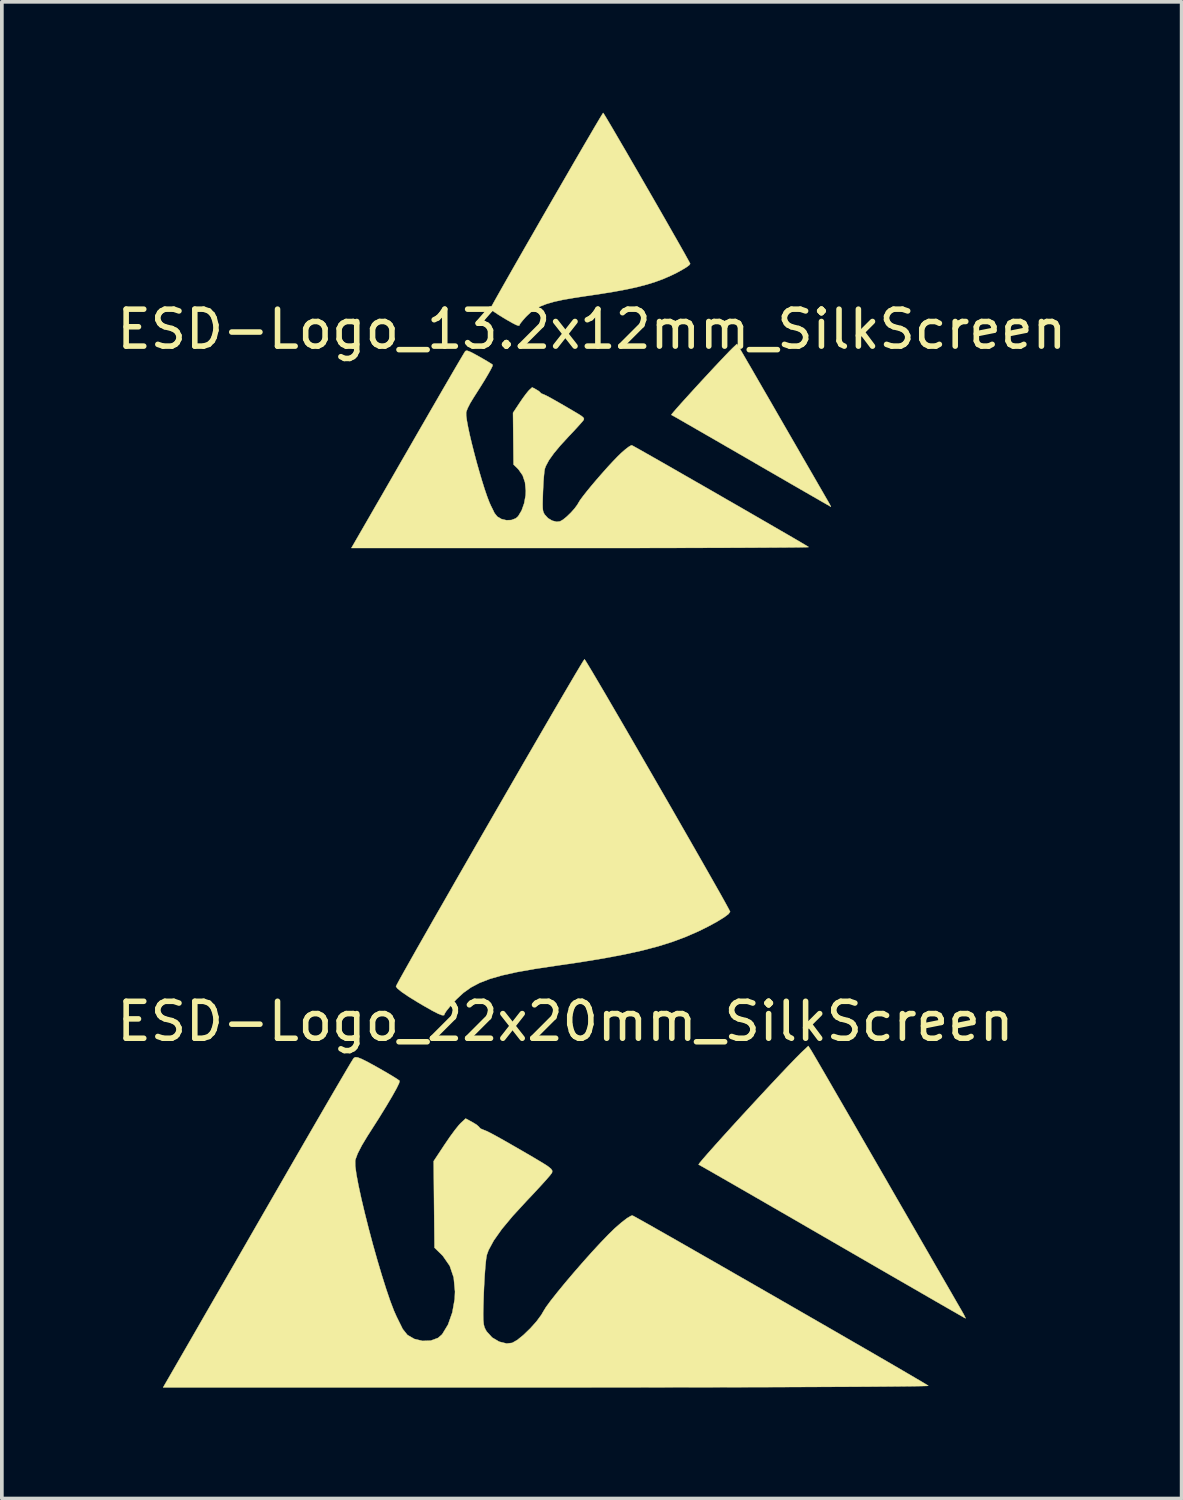
<source format=kicad_pcb>
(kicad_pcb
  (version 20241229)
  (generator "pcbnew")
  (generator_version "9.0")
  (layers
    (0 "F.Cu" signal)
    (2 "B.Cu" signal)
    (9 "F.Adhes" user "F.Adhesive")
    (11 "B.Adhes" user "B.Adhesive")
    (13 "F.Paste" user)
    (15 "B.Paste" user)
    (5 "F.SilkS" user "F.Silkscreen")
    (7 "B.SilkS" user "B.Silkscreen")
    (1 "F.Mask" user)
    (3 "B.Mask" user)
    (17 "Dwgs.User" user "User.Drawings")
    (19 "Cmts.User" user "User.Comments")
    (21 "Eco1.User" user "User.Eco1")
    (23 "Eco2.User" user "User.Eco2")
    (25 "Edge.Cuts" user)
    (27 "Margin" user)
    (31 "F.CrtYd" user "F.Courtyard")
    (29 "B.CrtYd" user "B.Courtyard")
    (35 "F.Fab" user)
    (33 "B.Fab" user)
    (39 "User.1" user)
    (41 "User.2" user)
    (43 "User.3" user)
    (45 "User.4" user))
  (footprint "ESD-Logo_22x20mm_SilkScreen"
    (layer "F.Cu")
    (at 12.244 24.583)
    (property "Reference" "ESD-Logo_22x20mm_SilkScreen" (at 0 0 0) (layer "F.SilkS") (effects (font (size 1 1) (thickness 0.15))))
    (attr exclude_from_pos_files exclude_from_bom)
    (fp_poly (pts (xy 6.652 0.785) (xy 6.69 0.849) (xy 6.776 0.995) (xy 6.905 1.217) (xy 7.073 1.506) (xy 7.275 1.856) (xy 7.509 2.26) (xy 7.769 2.709) (xy 8.05 3.197) (xy 8.35 3.716) (xy 8.659 4.251) (xy 8.973 4.797) (xy 9.276 5.321) (xy 9.561 5.815) (xy 9.825 6.273) (xy 10.063 6.686) (xy 10.272 7.047) (xy 10.446 7.348) (xy 10.58 7.581) (xy 10.672 7.74) (xy 10.715 7.814) (xy 10.786 7.94) (xy 10.824 8.019) (xy 10.826 8.032) (xy 10.779 8.007) (xy 10.65 7.933) (xy 10.444 7.815) (xy 10.169 7.657) (xy 9.831 7.462) (xy 9.438 7.235) (xy 8.995 6.98) (xy 8.51 6.7) (xy 7.99 6.399) (xy 7.44 6.081) (xy 7.231 5.96) (xy 6.672 5.637) (xy 6.139 5.328) (xy 5.637 5.039) (xy 5.176 4.772) (xy 4.76 4.533) (xy 4.397 4.324) (xy 4.094 4.15) (xy 3.858 4.015) (xy 3.696 3.923) (xy 3.614 3.877) (xy 3.605 3.872) (xy 3.63 3.833) (xy 3.717 3.728) (xy 3.858 3.566) (xy 4.042 3.359) (xy 4.262 3.114) (xy 4.509 2.842) (xy 4.773 2.553) (xy 5.046 2.257) (xy 5.319 1.962) (xy 5.583 1.679) (xy 5.829 1.417) (xy 6.048 1.186) (xy 6.231 0.996) (xy 6.369 0.857) (xy 6.417 0.811) (xy 6.574 0.663) (xy 6.652 0.785)) (stroke (width 0.01) (type solid)) (fill yes) (layer "F.SilkS"))
    (fp_poly (pts (xy 0.549 -9.754) (xy 0.626 -9.628) (xy 0.745 -9.43) (xy 0.9 -9.167) (xy 1.088 -8.848) (xy 1.302 -8.48) (xy 1.539 -8.074) (xy 1.793 -7.636) (xy 2.059 -7.176) (xy 2.333 -6.702) (xy 2.61 -6.222) (xy 2.885 -5.745) (xy 3.152 -5.279) (xy 3.408 -4.833) (xy 3.647 -4.415) (xy 3.864 -4.034) (xy 4.055 -3.698) (xy 4.215 -3.415) (xy 4.338 -3.194) (xy 4.42 -3.043) (xy 4.457 -2.971) (xy 4.458 -2.966) (xy 4.413 -2.905) (xy 4.288 -2.812) (xy 4.097 -2.695) (xy 3.857 -2.565) (xy 3.605 -2.44) (xy 3.262 -2.29) (xy 2.901 -2.155) (xy 2.51 -2.032) (xy 2.077 -1.918) (xy 1.589 -1.811) (xy 1.033 -1.706) (xy 0.398 -1.602) (xy -0.259 -1.506) (xy -0.831 -1.42) (xy -1.31 -1.335) (xy -1.71 -1.246) (xy -2.043 -1.15) (xy -2.32 -1.043) (xy -2.554 -0.919) (xy -2.756 -0.775) (xy -2.939 -0.606) (xy -2.998 -0.544) (xy -3.126 -0.398) (xy -3.221 -0.279) (xy -3.265 -0.209) (xy -3.266 -0.203) (xy -3.281 -0.168) (xy -3.334 -0.168) (xy -3.436 -0.207) (xy -3.598 -0.29) (xy -3.83 -0.422) (xy -3.991 -0.517) (xy -4.232 -0.665) (xy -4.419 -0.792) (xy -4.54 -0.889) (xy -4.582 -0.946) (xy -4.582 -0.946) (xy -4.555 -1.001) (xy -4.482 -1.137) (xy -4.365 -1.347) (xy -4.209 -1.624) (xy -4.019 -1.961) (xy -3.798 -2.349) (xy -3.551 -2.783) (xy -3.281 -3.253) (xy -2.995 -3.754) (xy -2.695 -4.276) (xy -2.386 -4.814) (xy -2.072 -5.359) (xy -1.757 -5.905) (xy -1.446 -6.443) (xy -1.144 -6.967) (xy -0.853 -7.468) (xy -0.579 -7.94) (xy -0.326 -8.375) (xy -0.098 -8.766) (xy 0.101 -9.105) (xy 0.266 -9.385) (xy 0.393 -9.598) (xy 0.478 -9.738) (xy 0.517 -9.796) (xy 0.519 -9.797) (xy 0.549 -9.754)) (stroke (width 0.01) (type solid)) (fill yes) (layer "F.SilkS"))
    (fp_poly (pts (xy -5.616 0.974) (xy -5.507 1.017) (xy -5.341 1.1) (xy -5.103 1.231) (xy -5.084 1.242) (xy -4.865 1.367) (xy -4.68 1.477) (xy -4.547 1.56) (xy -4.485 1.606) (xy -4.483 1.608) (xy -4.498 1.671) (xy -4.567 1.813) (xy -4.685 2.024) (xy -4.848 2.299) (xy -5.051 2.628) (xy -5.291 3.004) (xy -5.35 3.096) (xy -5.505 3.353) (xy -5.618 3.573) (xy -5.679 3.738) (xy -5.685 3.77) (xy -5.683 3.914) (xy -5.652 4.141) (xy -5.596 4.438) (xy -5.52 4.789) (xy -5.427 5.181) (xy -5.322 5.598) (xy -5.208 6.027) (xy -5.088 6.452) (xy -4.967 6.859) (xy -4.849 7.233) (xy -4.738 7.56) (xy -4.637 7.825) (xy -4.567 7.983) (xy -4.484 8.151) (xy -4.405 8.311) (xy -4.401 8.32) (xy -4.272 8.482) (xy -4.083 8.591) (xy -3.863 8.643) (xy -3.64 8.635) (xy -3.443 8.562) (xy -3.333 8.466) (xy -3.173 8.202) (xy -3.057 7.873) (xy -2.993 7.513) (xy -2.984 7.309) (xy -3.02 6.928) (xy -3.127 6.612) (xy -3.311 6.347) (xy -3.368 6.288) (xy -3.539 6.122) (xy -3.551 4.951) (xy -3.562 3.78) (xy -3.264 3.329) (xy -3.124 3.124) (xy -2.989 2.94) (xy -2.879 2.803) (xy -2.831 2.752) (xy -2.697 2.627) (xy -2.515 2.725) (xy -2.4 2.795) (xy -2.337 2.85) (xy -2.333 2.859) (xy -2.29 2.901) (xy -2.216 2.932) (xy -2.145 2.96) (xy -2.036 3.013) (xy -1.88 3.096) (xy -1.667 3.215) (xy -1.389 3.374) (xy -1.035 3.579) (xy -0.843 3.691) (xy -0.617 3.826) (xy -0.469 3.921) (xy -0.385 3.99) (xy -0.353 4.042) (xy -0.36 4.088) (xy -0.365 4.099) (xy -0.417 4.168) (xy -0.528 4.296) (xy -0.686 4.47) (xy -0.877 4.676) (xy -1.042 4.85) (xy -1.422 5.263) (xy -1.72 5.621) (xy -1.937 5.928) (xy -2.077 6.187) (xy -2.125 6.319) (xy -2.144 6.434) (xy -2.164 6.63) (xy -2.183 6.885) (xy -2.199 7.177) (xy -2.207 7.361) (xy -2.217 7.679) (xy -2.222 7.912) (xy -2.219 8.078) (xy -2.208 8.193) (xy -2.187 8.276) (xy -2.154 8.345) (xy -2.128 8.388) (xy -1.98 8.551) (xy -1.789 8.664) (xy -1.587 8.714) (xy -1.437 8.696) (xy -1.3 8.618) (xy -1.129 8.479) (xy -0.947 8.303) (xy -0.779 8.115) (xy -0.648 7.937) (xy -0.599 7.852) (xy -0.527 7.734) (xy -0.396 7.555) (xy -0.217 7.329) (xy -0.004 7.069) (xy 0.233 6.79) (xy 0.481 6.505) (xy 0.728 6.229) (xy 0.963 5.975) (xy 1.172 5.758) (xy 1.336 5.598) (xy 1.519 5.439) (xy 1.672 5.321) (xy 1.78 5.258) (xy 1.816 5.251) (xy 1.87 5.279) (xy 2.007 5.355) (xy 2.218 5.473) (xy 2.494 5.63) (xy 2.829 5.82) (xy 3.214 6.04) (xy 3.642 6.285) (xy 4.104 6.549) (xy 4.593 6.83) (xy 5.1 7.121) (xy 5.619 7.419) (xy 6.14 7.719) (xy 6.657 8.017) (xy 7.161 8.307) (xy 7.644 8.586) (xy 8.099 8.849) (xy 8.517 9.091) (xy 8.891 9.308) (xy 9.213 9.496) (xy 9.474 9.649) (xy 9.668 9.763) (xy 9.786 9.834) (xy 9.82 9.857) (xy 9.774 9.861) (xy 9.629 9.865) (xy 9.391 9.869) (xy 9.062 9.873) (xy 8.65 9.877) (xy 8.158 9.881) (xy 7.591 9.884) (xy 6.954 9.887) (xy 6.253 9.89) (xy 5.491 9.893) (xy 4.673 9.895) (xy 3.805 9.897) (xy 2.891 9.898) (xy 1.936 9.9) (xy 0.946 9.9) (xy -0.077 9.901) (xy -0.506 9.901) (xy -10.881 9.901) (xy -10.141 8.618) (xy -9.984 8.346) (xy -9.783 7.996) (xy -9.543 7.58) (xy -9.271 7.109) (xy -8.975 6.595) (xy -8.661 6.05) (xy -8.336 5.485) (xy -8.006 4.912) (xy -7.678 4.343) (xy -7.595 4.199) (xy -7.292 3.674) (xy -7.004 3.176) (xy -6.734 2.71) (xy -6.487 2.284) (xy -6.267 1.906) (xy -6.078 1.583) (xy -5.925 1.323) (xy -5.812 1.132) (xy -5.743 1.02) (xy -5.723 0.991) (xy -5.683 0.968) (xy -5.616 0.974)) (stroke (width 0.01) (type solid)) (fill yes) (layer "F.SilkS")))
  (footprint "ESD-Logo_13.2x12mm_SilkScreen"
    (layer "F.Cu")
    (at 12.958 5.859)
    (property "Reference" "ESD-Logo_13.2x12mm_SilkScreen" (at 0 0 0) (layer "F.SilkS") (effects (font (size 1 1) (thickness 0.15))))
    (attr exclude_from_pos_files exclude_from_bom)
    (fp_poly (pts (xy 3.975 0.469) (xy 3.998 0.507) (xy 4.049 0.595) (xy 4.126 0.727) (xy 4.226 0.9) (xy 4.348 1.109) (xy 4.487 1.35) (xy 4.642 1.619) (xy 4.811 1.91) (xy 4.99 2.221) (xy 5.174 2.54) (xy 5.362 2.866) (xy 5.543 3.179) (xy 5.713 3.475) (xy 5.871 3.748) (xy 6.014 3.995) (xy 6.138 4.211) (xy 6.242 4.391) (xy 6.322 4.53) (xy 6.377 4.625) (xy 6.403 4.67) (xy 6.445 4.745) (xy 6.468 4.792) (xy 6.469 4.8) (xy 6.441 4.784) (xy 6.364 4.74) (xy 6.241 4.67) (xy 6.077 4.575) (xy 5.875 4.459) (xy 5.64 4.324) (xy 5.375 4.171) (xy 5.085 4.003) (xy 4.774 3.824) (xy 4.446 3.634) (xy 4.321 3.561) (xy 3.987 3.368) (xy 3.668 3.184) (xy 3.369 3.011) (xy 3.093 2.852) (xy 2.844 2.709) (xy 2.628 2.584) (xy 2.447 2.48) (xy 2.306 2.399) (xy 2.208 2.344) (xy 2.159 2.317) (xy 2.154 2.314) (xy 2.169 2.29) (xy 2.221 2.228) (xy 2.305 2.131) (xy 2.415 2.007) (xy 2.547 1.861) (xy 2.694 1.699) (xy 2.852 1.526) (xy 3.015 1.349) (xy 3.179 1.172) (xy 3.336 1.003) (xy 3.483 0.847) (xy 3.614 0.709) (xy 3.723 0.595) (xy 3.806 0.512) (xy 3.834 0.485) (xy 3.928 0.396) (xy 3.975 0.469)) (stroke (width 0.01) (type solid)) (fill yes) (layer "F.SilkS"))
    (fp_poly (pts (xy 0.328 -5.828) (xy 0.374 -5.754) (xy 0.445 -5.635) (xy 0.538 -5.478) (xy 0.65 -5.287) (xy 0.778 -5.067) (xy 0.92 -4.825) (xy 1.071 -4.563) (xy 1.231 -4.288) (xy 1.394 -4.005) (xy 1.56 -3.718) (xy 1.724 -3.433) (xy 1.884 -3.155) (xy 2.037 -2.888) (xy 2.179 -2.638) (xy 2.309 -2.411) (xy 2.423 -2.21) (xy 2.519 -2.04) (xy 2.592 -1.908) (xy 2.641 -1.818) (xy 2.663 -1.775) (xy 2.664 -1.773) (xy 2.637 -1.736) (xy 2.562 -1.68) (xy 2.448 -1.611) (xy 2.305 -1.532) (xy 2.154 -1.458) (xy 1.949 -1.368) (xy 1.734 -1.288) (xy 1.5 -1.214) (xy 1.241 -1.146) (xy 0.949 -1.082) (xy 0.617 -1.02) (xy 0.238 -0.958) (xy -0.155 -0.9) (xy -0.496 -0.848) (xy -0.783 -0.798) (xy -1.022 -0.745) (xy -1.221 -0.687) (xy -1.386 -0.623) (xy -1.526 -0.549) (xy -1.647 -0.463) (xy -1.756 -0.362) (xy -1.792 -0.325) (xy -1.868 -0.238) (xy -1.925 -0.167) (xy -1.951 -0.125) (xy -1.951 -0.121) (xy -1.961 -0.1) (xy -1.992 -0.1) (xy -2.053 -0.123) (xy -2.15 -0.173) (xy -2.289 -0.252) (xy -2.385 -0.309) (xy -2.529 -0.398) (xy -2.641 -0.473) (xy -2.713 -0.531) (xy -2.738 -0.565) (xy -2.738 -0.565) (xy -2.722 -0.598) (xy -2.678 -0.679) (xy -2.608 -0.805) (xy -2.515 -0.97) (xy -2.401 -1.172) (xy -2.269 -1.404) (xy -2.122 -1.663) (xy -1.961 -1.944) (xy -1.79 -2.243) (xy -1.61 -2.555) (xy -1.426 -2.877) (xy -1.238 -3.203) (xy -1.05 -3.529) (xy -0.864 -3.85) (xy -0.683 -4.163) (xy -0.51 -4.463) (xy -0.346 -4.745) (xy -0.195 -5.005) (xy -0.058 -5.238) (xy 0.06 -5.441) (xy 0.159 -5.608) (xy 0.235 -5.736) (xy 0.286 -5.819) (xy 0.309 -5.854) (xy 0.31 -5.854) (xy 0.328 -5.828)) (stroke (width 0.01) (type solid)) (fill yes) (layer "F.SilkS"))
    (fp_poly (pts (xy -3.356 0.582) (xy -3.291 0.607) (xy -3.192 0.657) (xy -3.049 0.736) (xy -3.038 0.742) (xy -2.907 0.817) (xy -2.796 0.883) (xy -2.717 0.932) (xy -2.68 0.96) (xy -2.679 0.961) (xy -2.688 0.999) (xy -2.729 1.083) (xy -2.8 1.21) (xy -2.897 1.374) (xy -3.019 1.57) (xy -3.162 1.795) (xy -3.197 1.85) (xy -3.29 2.003) (xy -3.357 2.135) (xy -3.394 2.234) (xy -3.397 2.253) (xy -3.396 2.339) (xy -3.377 2.474) (xy -3.344 2.652) (xy -3.299 2.862) (xy -3.243 3.096) (xy -3.18 3.345) (xy -3.112 3.601) (xy -3.04 3.855) (xy -2.968 4.098) (xy -2.898 4.322) (xy -2.831 4.518) (xy -2.771 4.676) (xy -2.729 4.77) (xy -2.679 4.87) (xy -2.633 4.966) (xy -2.63 4.972) (xy -2.553 5.068) (xy -2.44 5.134) (xy -2.308 5.165) (xy -2.175 5.16) (xy -2.058 5.116) (xy -1.991 5.059) (xy -1.896 4.901) (xy -1.827 4.705) (xy -1.788 4.49) (xy -1.783 4.368) (xy -1.805 4.14) (xy -1.869 3.951) (xy -1.979 3.793) (xy -2.013 3.757) (xy -2.115 3.658) (xy -2.129 2.259) (xy -1.95 1.989) (xy -1.867 1.867) (xy -1.786 1.757) (xy -1.72 1.675) (xy -1.692 1.644) (xy -1.611 1.57) (xy -1.503 1.628) (xy -1.434 1.67) (xy -1.396 1.703) (xy -1.394 1.709) (xy -1.368 1.733) (xy -1.324 1.752) (xy -1.282 1.769) (xy -1.217 1.8) (xy -1.123 1.85) (xy -0.996 1.921) (xy -0.83 2.016) (xy -0.619 2.139) (xy -0.504 2.206) (xy -0.369 2.286) (xy -0.28 2.343) (xy -0.23 2.384) (xy -0.211 2.415) (xy -0.215 2.443) (xy -0.218 2.45) (xy -0.249 2.491) (xy -0.316 2.567) (xy -0.41 2.671) (xy -0.524 2.794) (xy -0.623 2.898) (xy -0.85 3.145) (xy -1.028 3.359) (xy -1.158 3.542) (xy -1.241 3.697) (xy -1.27 3.776) (xy -1.281 3.844) (xy -1.293 3.962) (xy -1.305 4.114) (xy -1.314 4.288) (xy -1.319 4.399) (xy -1.325 4.589) (xy -1.328 4.728) (xy -1.326 4.827) (xy -1.32 4.896) (xy -1.307 4.945) (xy -1.287 4.987) (xy -1.272 5.012) (xy -1.183 5.109) (xy -1.069 5.177) (xy -0.949 5.207) (xy -0.858 5.196) (xy -0.777 5.15) (xy -0.675 5.067) (xy -0.566 4.962) (xy -0.465 4.849) (xy -0.387 4.743) (xy -0.358 4.692) (xy -0.315 4.622) (xy -0.236 4.515) (xy -0.13 4.38) (xy -0.002 4.224) (xy 0.139 4.058) (xy 0.288 3.887) (xy 0.435 3.722) (xy 0.575 3.571) (xy 0.7 3.441) (xy 0.799 3.345) (xy 0.908 3.25) (xy 0.999 3.18) (xy 1.064 3.142) (xy 1.085 3.138) (xy 1.118 3.155) (xy 1.199 3.2) (xy 1.325 3.27) (xy 1.49 3.364) (xy 1.691 3.478) (xy 1.921 3.609) (xy 2.176 3.755) (xy 2.452 3.914) (xy 2.744 4.081) (xy 3.048 4.255) (xy 3.358 4.433) (xy 3.669 4.613) (xy 3.978 4.79) (xy 4.279 4.964) (xy 4.568 5.131) (xy 4.839 5.288) (xy 5.089 5.433) (xy 5.313 5.562) (xy 5.505 5.674) (xy 5.662 5.766) (xy 5.777 5.834) (xy 5.848 5.877) (xy 5.868 5.89) (xy 5.841 5.893) (xy 5.754 5.895) (xy 5.611 5.898) (xy 5.415 5.9) (xy 5.169 5.902) (xy 4.875 5.904) (xy 4.536 5.906) (xy 4.156 5.908) (xy 3.736 5.91) (xy 3.281 5.911) (xy 2.792 5.913) (xy 2.274 5.914) (xy 1.728 5.915) (xy 1.157 5.916) (xy 0.565 5.916) (xy -0.046 5.916) (xy -0.302 5.916) (xy -6.502 5.916) (xy -6.06 5.15) (xy -5.966 4.987) (xy -5.846 4.778) (xy -5.702 4.53) (xy -5.54 4.248) (xy -5.363 3.941) (xy -5.176 3.615) (xy -4.981 3.278) (xy -4.784 2.935) (xy -4.588 2.595) (xy -4.538 2.509) (xy -4.358 2.196) (xy -4.185 1.898) (xy -4.024 1.619) (xy -3.876 1.365) (xy -3.745 1.139) (xy -3.632 0.946) (xy -3.54 0.79) (xy -3.473 0.677) (xy -3.432 0.609) (xy -3.42 0.592) (xy -3.396 0.578) (xy -3.356 0.582)) (stroke (width 0.01) (type solid)) (fill yes) (layer "F.SilkS")))
  (gr_rect
    (start -3 -3)
    (end 28.917 37.489)
    (stroke (width 0.1) (type default))
    (fill no)
    (layer "Edge.Cuts")))
</source>
